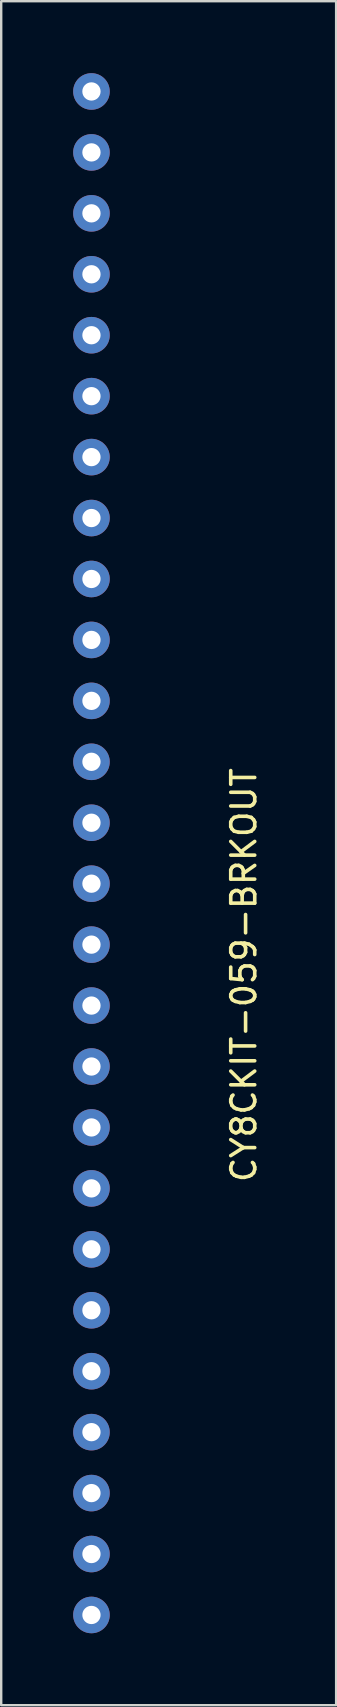
<source format=kicad_pcb>
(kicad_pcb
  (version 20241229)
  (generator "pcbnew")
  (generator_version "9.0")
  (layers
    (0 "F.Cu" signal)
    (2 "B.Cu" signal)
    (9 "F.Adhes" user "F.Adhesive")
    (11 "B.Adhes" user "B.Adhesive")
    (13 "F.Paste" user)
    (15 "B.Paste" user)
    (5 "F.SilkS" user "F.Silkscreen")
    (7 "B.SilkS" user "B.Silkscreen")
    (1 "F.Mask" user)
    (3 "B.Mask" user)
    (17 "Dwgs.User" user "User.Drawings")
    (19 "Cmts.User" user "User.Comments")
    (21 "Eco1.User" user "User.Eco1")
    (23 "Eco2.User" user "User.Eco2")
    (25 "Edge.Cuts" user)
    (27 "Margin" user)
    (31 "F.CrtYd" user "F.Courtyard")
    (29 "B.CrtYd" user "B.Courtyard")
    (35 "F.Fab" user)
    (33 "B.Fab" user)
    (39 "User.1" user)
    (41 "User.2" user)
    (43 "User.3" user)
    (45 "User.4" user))
  (footprint "CY8CKIT-059-BRKOUT"
    (layer "F.Cu")
    (at 0.762 27.432)
    (property "Reference" "CY8CKIT-059-BRKOUT" (at 6.35 10.16 90) (layer "F.SilkS") (effects (font (size 1 1) (thickness 0.15))))
    (attr through_hole)
    (pad "1" thru_hole circle (at 0 -26.67) (size 1.524 1.524) (drill 0.762) (layers "*.Cu" "*.Mask"))
    (pad "2" thru_hole circle (at 0 -24.13) (size 1.524 1.524) (drill 0.762) (layers "*.Cu" "*.Mask"))
    (pad "3" thru_hole circle (at 0 -21.59) (size 1.524 1.524) (drill 0.762) (layers "*.Cu" "*.Mask"))
    (pad "4" thru_hole circle (at 0 -19.05) (size 1.524 1.524) (drill 0.762) (layers "*.Cu" "*.Mask"))
    (pad "5" thru_hole circle (at 0 -16.51) (size 1.524 1.524) (drill 0.762) (layers "*.Cu" "*.Mask"))
    (pad "6" thru_hole circle (at 0 -13.97) (size 1.524 1.524) (drill 0.762) (layers "*.Cu" "*.Mask"))
    (pad "7" thru_hole circle (at 0 -11.43) (size 1.524 1.524) (drill 0.762) (layers "*.Cu" "*.Mask"))
    (pad "8" thru_hole circle (at 0 -8.89) (size 1.524 1.524) (drill 0.762) (layers "*.Cu" "*.Mask"))
    (pad "9" thru_hole circle (at 0 -6.35) (size 1.524 1.524) (drill 0.762) (layers "*.Cu" "*.Mask"))
    (pad "10" thru_hole circle (at 0 -3.81) (size 1.524 1.524) (drill 0.762) (layers "*.Cu" "*.Mask"))
    (pad "11" thru_hole circle (at 0 -1.27) (size 1.524 1.524) (drill 0.762) (layers "*.Cu" "*.Mask"))
    (pad "12" thru_hole circle (at 0 1.27) (size 1.524 1.524) (drill 0.762) (layers "*.Cu" "*.Mask"))
    (pad "13" thru_hole circle (at 0 3.81) (size 1.524 1.524) (drill 0.762) (layers "*.Cu" "*.Mask"))
    (pad "14" thru_hole circle (at 0 6.35) (size 1.524 1.524) (drill 0.762) (layers "*.Cu" "*.Mask"))
    (pad "15" thru_hole circle (at 0 8.89) (size 1.524 1.524) (drill 0.762) (layers "*.Cu" "*.Mask"))
    (pad "16" thru_hole circle (at 0 11.43) (size 1.524 1.524) (drill 0.762) (layers "*.Cu" "*.Mask"))
    (pad "17" thru_hole circle (at 0 13.97) (size 1.524 1.524) (drill 0.762) (layers "*.Cu" "*.Mask"))
    (pad "18" thru_hole circle (at 0 16.51) (size 1.524 1.524) (drill 0.762) (layers "*.Cu" "*.Mask"))
    (pad "19" thru_hole circle (at 0 19.05) (size 1.524 1.524) (drill 0.762) (layers "*.Cu" "*.Mask"))
    (pad "20" thru_hole circle (at 0 21.59) (size 1.524 1.524) (drill 0.762) (layers "*.Cu" "*.Mask"))
    (pad "21" thru_hole circle (at 0 24.13) (size 1.524 1.524) (drill 0.762) (layers "*.Cu" "*.Mask"))
    (pad "22" thru_hole circle (at 0 26.67) (size 1.524 1.524) (drill 0.762) (layers "*.Cu" "*.Mask"))
    (pad "23" thru_hole circle (at 0 29.21) (size 1.524 1.524) (drill 0.762) (layers "*.Cu" "*.Mask"))
    (pad "24" thru_hole circle (at 0 31.75) (size 1.524 1.524) (drill 0.762) (layers "*.Cu" "*.Mask"))
    (pad "25" thru_hole circle (at 0 34.29) (size 1.524 1.524) (drill 0.762) (layers "*.Cu" "*.Mask"))
    (pad "26" thru_hole circle (at 0 36.83) (size 1.524 1.524) (drill 0.762) (layers "*.Cu" "*.Mask")))
  (gr_rect
    (start -3 -3)
    (end 10.96 68.024)
    (stroke (width 0.1) (type default))
    (fill no)
    (layer "Edge.Cuts")))
</source>
